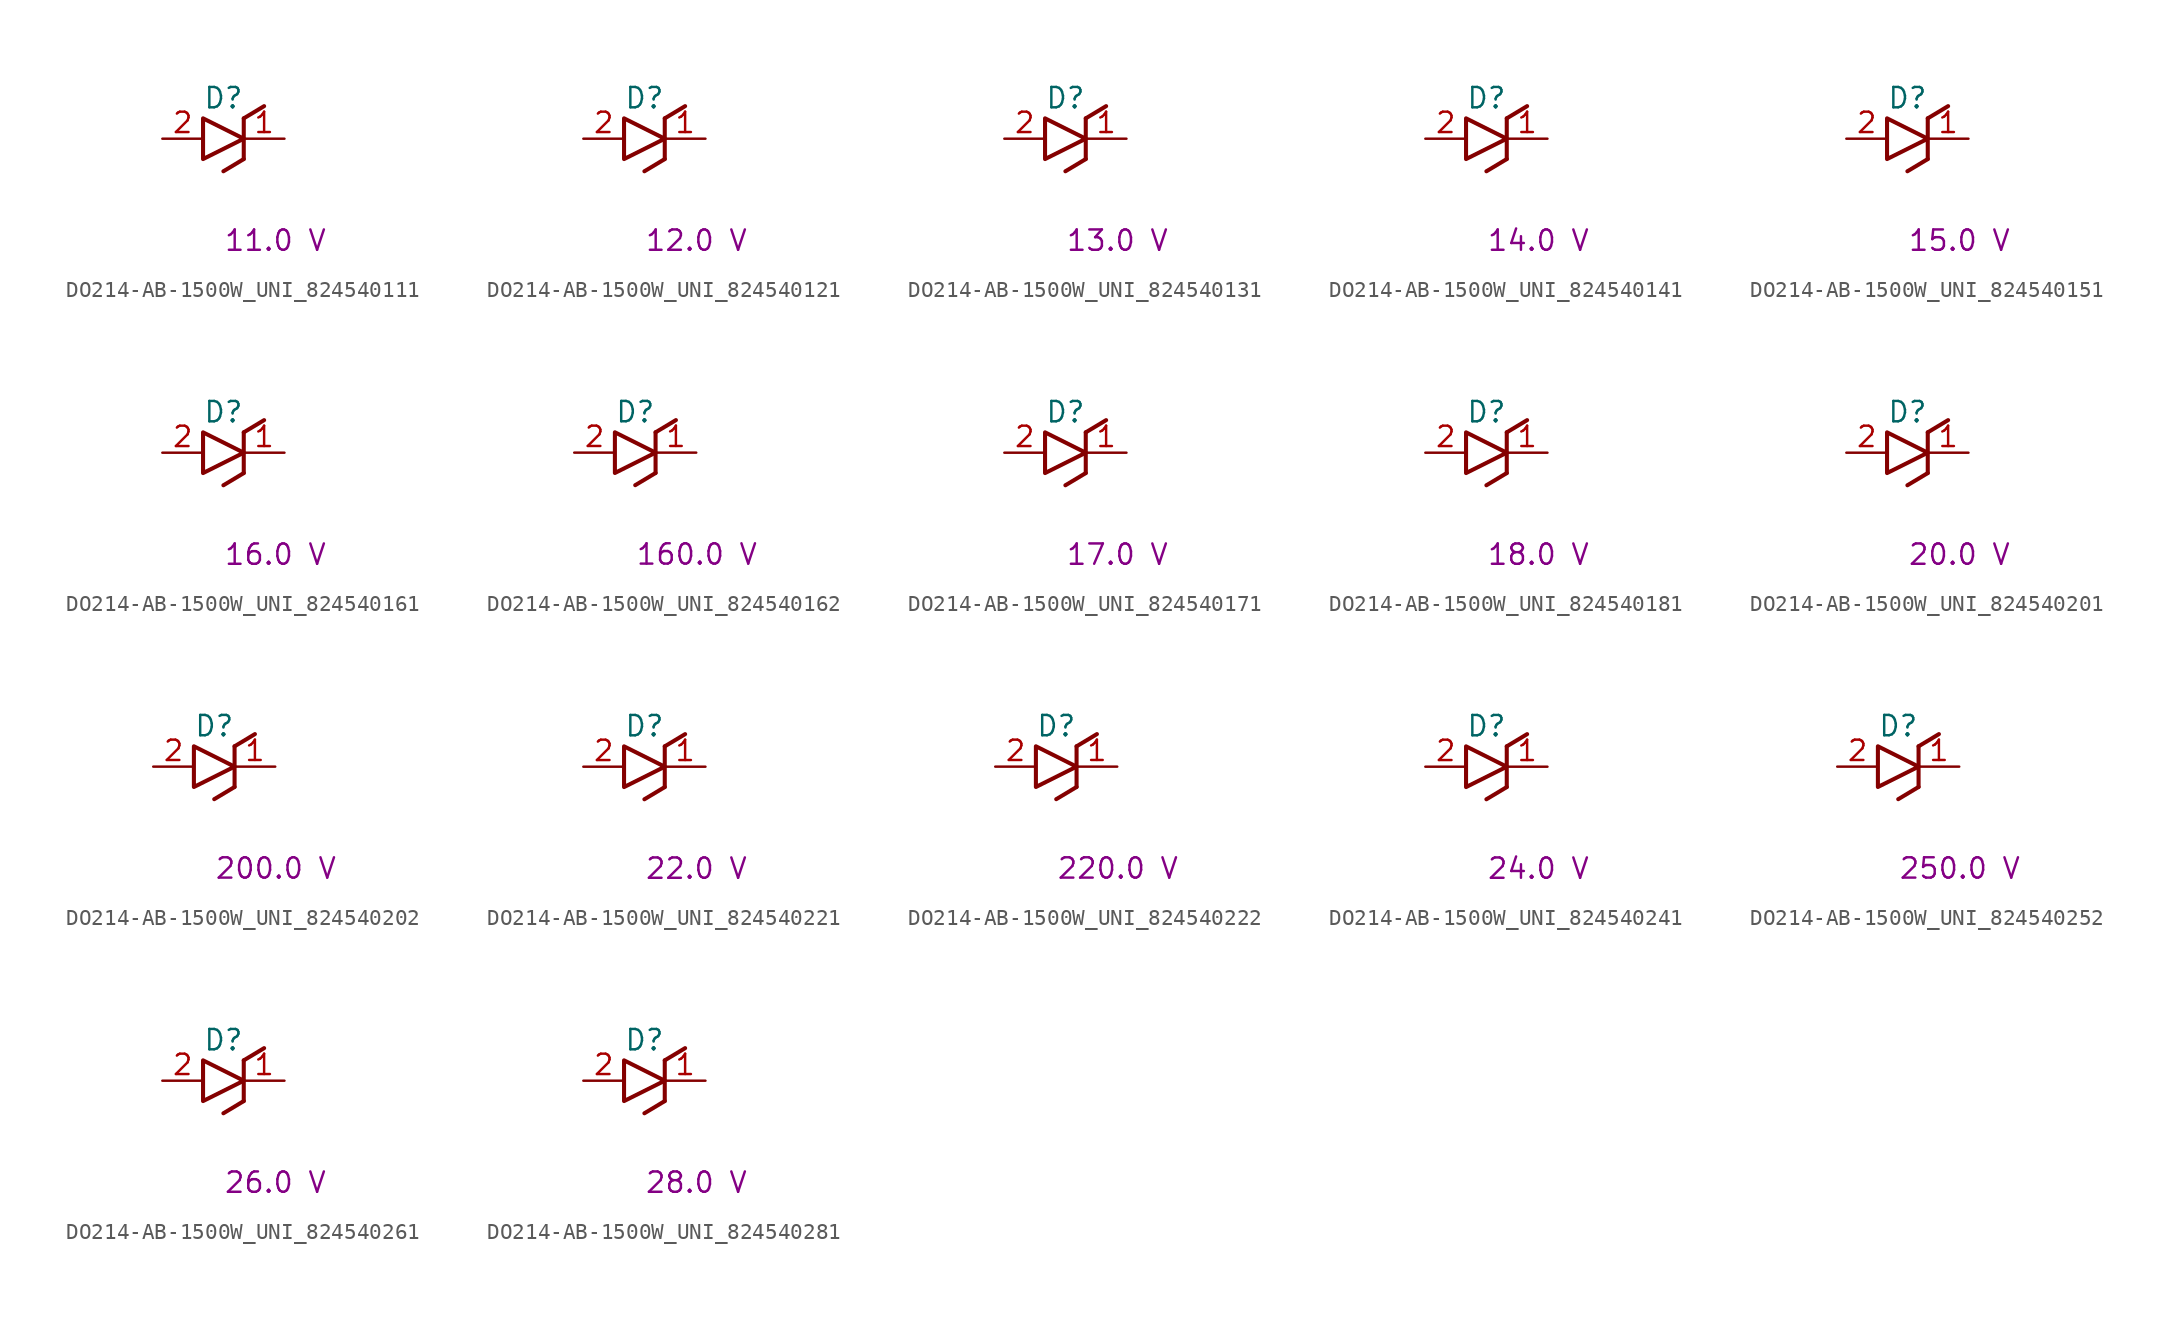
<source format=kicad_sym>
(kicad_symbol_lib
  (version 20220914)
  (generator kicad_symbol_editor)
  (symbol "DO214-AB-1500W_UNI_824540111"
    (pin_names hide)
    (property "Reference" "D"
      (at 0 2.54 0)
      (effects (font (size 1.27 1.27))))
    (property "Critical Parameter" "11.0 V"
      (at 0 -6.35 0)
      (effects (font (size 1.27 1.27)) (justify left)))
    (symbol "DO214-AB-1500W_UNI_824540111_1_1"
      (polyline (pts (xy 1.27 -1.27) (xy 0 -2.032)) (stroke (width 0.254) (type default)) (fill (type none)))
      (polyline (pts (xy 1.27 1.27) (xy 1.27 -1.27)) (stroke (width 0.254) (type default)) (fill (type none)))
      (polyline (pts (xy 1.27 1.27) (xy 2.54 2.032)) (stroke (width 0.254) (type default)) (fill (type none)))
      (polyline (pts (xy -1.27 1.27) (xy -1.27 -1.27) (xy 1.27 0) (xy -1.27 1.27)) (stroke (width 0.254) (type default)) (fill (type none)))
      (pin passive line (at -3.81 0 0) (length 2.54) (name "Anode" (effects (font (size 1.27 1.27)))) (number "2" (effects (font (size 1.27 1.27)))))
      (pin passive line (at 3.81 0 180) (length 2.54) (name "Cathode" (effects (font (size 1.27 1.27)))) (number "1" (effects (font (size 1.27 1.27)))))))
  (symbol "DO214-AB-1500W_UNI_824540121"
    (pin_names hide)
    (property "Reference" "D"
      (at 0 2.54 0)
      (effects (font (size 1.27 1.27))))
    (property "Critical Parameter" "12.0 V"
      (at 0 -6.35 0)
      (effects (font (size 1.27 1.27)) (justify left)))
    (symbol "DO214-AB-1500W_UNI_824540121_1_1"
      (polyline (pts (xy 1.27 -1.27) (xy 0 -2.032)) (stroke (width 0.254) (type default)) (fill (type none)))
      (polyline (pts (xy 1.27 1.27) (xy 1.27 -1.27)) (stroke (width 0.254) (type default)) (fill (type none)))
      (polyline (pts (xy 1.27 1.27) (xy 2.54 2.032)) (stroke (width 0.254) (type default)) (fill (type none)))
      (polyline (pts (xy -1.27 1.27) (xy -1.27 -1.27) (xy 1.27 0) (xy -1.27 1.27)) (stroke (width 0.254) (type default)) (fill (type none)))
      (pin passive line (at -3.81 0 0) (length 2.54) (name "Anode" (effects (font (size 1.27 1.27)))) (number "2" (effects (font (size 1.27 1.27)))))
      (pin passive line (at 3.81 0 180) (length 2.54) (name "Cathode" (effects (font (size 1.27 1.27)))) (number "1" (effects (font (size 1.27 1.27)))))))
  (symbol "DO214-AB-1500W_UNI_824540131"
    (pin_names hide)
    (property "Reference" "D"
      (at 0 2.54 0)
      (effects (font (size 1.27 1.27))))
    (property "Critical Parameter" "13.0 V"
      (at 0 -6.35 0)
      (effects (font (size 1.27 1.27)) (justify left)))
    (symbol "DO214-AB-1500W_UNI_824540131_1_1"
      (polyline (pts (xy 1.27 -1.27) (xy 0 -2.032)) (stroke (width 0.254) (type default)) (fill (type none)))
      (polyline (pts (xy 1.27 1.27) (xy 1.27 -1.27)) (stroke (width 0.254) (type default)) (fill (type none)))
      (polyline (pts (xy 1.27 1.27) (xy 2.54 2.032)) (stroke (width 0.254) (type default)) (fill (type none)))
      (polyline (pts (xy -1.27 1.27) (xy -1.27 -1.27) (xy 1.27 0) (xy -1.27 1.27)) (stroke (width 0.254) (type default)) (fill (type none)))
      (pin passive line (at -3.81 0 0) (length 2.54) (name "Anode" (effects (font (size 1.27 1.27)))) (number "2" (effects (font (size 1.27 1.27)))))
      (pin passive line (at 3.81 0 180) (length 2.54) (name "Cathode" (effects (font (size 1.27 1.27)))) (number "1" (effects (font (size 1.27 1.27)))))))
  (symbol "DO214-AB-1500W_UNI_824540141"
    (pin_names hide)
    (property "Reference" "D"
      (at 0 2.54 0)
      (effects (font (size 1.27 1.27))))
    (property "Critical Parameter" "14.0 V"
      (at 0 -6.35 0)
      (effects (font (size 1.27 1.27)) (justify left)))
    (symbol "DO214-AB-1500W_UNI_824540141_1_1"
      (polyline (pts (xy 1.27 -1.27) (xy 0 -2.032)) (stroke (width 0.254) (type default)) (fill (type none)))
      (polyline (pts (xy 1.27 1.27) (xy 1.27 -1.27)) (stroke (width 0.254) (type default)) (fill (type none)))
      (polyline (pts (xy 1.27 1.27) (xy 2.54 2.032)) (stroke (width 0.254) (type default)) (fill (type none)))
      (polyline (pts (xy -1.27 1.27) (xy -1.27 -1.27) (xy 1.27 0) (xy -1.27 1.27)) (stroke (width 0.254) (type default)) (fill (type none)))
      (pin passive line (at -3.81 0 0) (length 2.54) (name "Anode" (effects (font (size 1.27 1.27)))) (number "2" (effects (font (size 1.27 1.27)))))
      (pin passive line (at 3.81 0 180) (length 2.54) (name "Cathode" (effects (font (size 1.27 1.27)))) (number "1" (effects (font (size 1.27 1.27)))))))
  (symbol "DO214-AB-1500W_UNI_824540151"
    (pin_names hide)
    (property "Reference" "D"
      (at 0 2.54 0)
      (effects (font (size 1.27 1.27))))
    (property "Critical Parameter" "15.0 V"
      (at 0 -6.35 0)
      (effects (font (size 1.27 1.27)) (justify left)))
    (symbol "DO214-AB-1500W_UNI_824540151_1_1"
      (polyline (pts (xy 1.27 -1.27) (xy 0 -2.032)) (stroke (width 0.254) (type default)) (fill (type none)))
      (polyline (pts (xy 1.27 1.27) (xy 1.27 -1.27)) (stroke (width 0.254) (type default)) (fill (type none)))
      (polyline (pts (xy 1.27 1.27) (xy 2.54 2.032)) (stroke (width 0.254) (type default)) (fill (type none)))
      (polyline (pts (xy -1.27 1.27) (xy -1.27 -1.27) (xy 1.27 0) (xy -1.27 1.27)) (stroke (width 0.254) (type default)) (fill (type none)))
      (pin passive line (at -3.81 0 0) (length 2.54) (name "Anode" (effects (font (size 1.27 1.27)))) (number "2" (effects (font (size 1.27 1.27)))))
      (pin passive line (at 3.81 0 180) (length 2.54) (name "Cathode" (effects (font (size 1.27 1.27)))) (number "1" (effects (font (size 1.27 1.27)))))))
  (symbol "DO214-AB-1500W_UNI_824540161"
    (pin_names hide)
    (property "Reference" "D"
      (at 0 2.54 0)
      (effects (font (size 1.27 1.27))))
    (property "Critical Parameter" "16.0 V"
      (at 0 -6.35 0)
      (effects (font (size 1.27 1.27)) (justify left)))
    (symbol "DO214-AB-1500W_UNI_824540161_1_1"
      (polyline (pts (xy 1.27 -1.27) (xy 0 -2.032)) (stroke (width 0.254) (type default)) (fill (type none)))
      (polyline (pts (xy 1.27 1.27) (xy 1.27 -1.27)) (stroke (width 0.254) (type default)) (fill (type none)))
      (polyline (pts (xy 1.27 1.27) (xy 2.54 2.032)) (stroke (width 0.254) (type default)) (fill (type none)))
      (polyline (pts (xy -1.27 1.27) (xy -1.27 -1.27) (xy 1.27 0) (xy -1.27 1.27)) (stroke (width 0.254) (type default)) (fill (type none)))
      (pin passive line (at -3.81 0 0) (length 2.54) (name "Anode" (effects (font (size 1.27 1.27)))) (number "2" (effects (font (size 1.27 1.27)))))
      (pin passive line (at 3.81 0 180) (length 2.54) (name "Cathode" (effects (font (size 1.27 1.27)))) (number "1" (effects (font (size 1.27 1.27)))))))
  (symbol "DO214-AB-1500W_UNI_824540162"
    (pin_names hide)
    (property "Reference" "D"
      (at 0 2.54 0)
      (effects (font (size 1.27 1.27))))
    (property "Critical Parameter" "160.0 V"
      (at 0 -6.35 0)
      (effects (font (size 1.27 1.27)) (justify left)))
    (symbol "DO214-AB-1500W_UNI_824540162_1_1"
      (polyline (pts (xy 1.27 -1.27) (xy 0 -2.032)) (stroke (width 0.254) (type default)) (fill (type none)))
      (polyline (pts (xy 1.27 1.27) (xy 1.27 -1.27)) (stroke (width 0.254) (type default)) (fill (type none)))
      (polyline (pts (xy 1.27 1.27) (xy 2.54 2.032)) (stroke (width 0.254) (type default)) (fill (type none)))
      (polyline (pts (xy -1.27 1.27) (xy -1.27 -1.27) (xy 1.27 0) (xy -1.27 1.27)) (stroke (width 0.254) (type default)) (fill (type none)))
      (pin passive line (at -3.81 0 0) (length 2.54) (name "Anode" (effects (font (size 1.27 1.27)))) (number "2" (effects (font (size 1.27 1.27)))))
      (pin passive line (at 3.81 0 180) (length 2.54) (name "Cathode" (effects (font (size 1.27 1.27)))) (number "1" (effects (font (size 1.27 1.27)))))))
  (symbol "DO214-AB-1500W_UNI_824540171"
    (pin_names hide)
    (property "Reference" "D"
      (at 0 2.54 0)
      (effects (font (size 1.27 1.27))))
    (property "Critical Parameter" "17.0 V"
      (at 0 -6.35 0)
      (effects (font (size 1.27 1.27)) (justify left)))
    (symbol "DO214-AB-1500W_UNI_824540171_1_1"
      (polyline (pts (xy 1.27 -1.27) (xy 0 -2.032)) (stroke (width 0.254) (type default)) (fill (type none)))
      (polyline (pts (xy 1.27 1.27) (xy 1.27 -1.27)) (stroke (width 0.254) (type default)) (fill (type none)))
      (polyline (pts (xy 1.27 1.27) (xy 2.54 2.032)) (stroke (width 0.254) (type default)) (fill (type none)))
      (polyline (pts (xy -1.27 1.27) (xy -1.27 -1.27) (xy 1.27 0) (xy -1.27 1.27)) (stroke (width 0.254) (type default)) (fill (type none)))
      (pin passive line (at -3.81 0 0) (length 2.54) (name "Anode" (effects (font (size 1.27 1.27)))) (number "2" (effects (font (size 1.27 1.27)))))
      (pin passive line (at 3.81 0 180) (length 2.54) (name "Cathode" (effects (font (size 1.27 1.27)))) (number "1" (effects (font (size 1.27 1.27)))))))
  (symbol "DO214-AB-1500W_UNI_824540181"
    (pin_names hide)
    (property "Reference" "D"
      (at 0 2.54 0)
      (effects (font (size 1.27 1.27))))
    (property "Critical Parameter" "18.0 V"
      (at 0 -6.35 0)
      (effects (font (size 1.27 1.27)) (justify left)))
    (symbol "DO214-AB-1500W_UNI_824540181_1_1"
      (polyline (pts (xy 1.27 -1.27) (xy 0 -2.032)) (stroke (width 0.254) (type default)) (fill (type none)))
      (polyline (pts (xy 1.27 1.27) (xy 1.27 -1.27)) (stroke (width 0.254) (type default)) (fill (type none)))
      (polyline (pts (xy 1.27 1.27) (xy 2.54 2.032)) (stroke (width 0.254) (type default)) (fill (type none)))
      (polyline (pts (xy -1.27 1.27) (xy -1.27 -1.27) (xy 1.27 0) (xy -1.27 1.27)) (stroke (width 0.254) (type default)) (fill (type none)))
      (pin passive line (at -3.81 0 0) (length 2.54) (name "Anode" (effects (font (size 1.27 1.27)))) (number "2" (effects (font (size 1.27 1.27)))))
      (pin passive line (at 3.81 0 180) (length 2.54) (name "Cathode" (effects (font (size 1.27 1.27)))) (number "1" (effects (font (size 1.27 1.27)))))))
  (symbol "DO214-AB-1500W_UNI_824540201"
    (pin_names hide)
    (property "Reference" "D"
      (at 0 2.54 0)
      (effects (font (size 1.27 1.27))))
    (property "Critical Parameter" "20.0 V"
      (at 0 -6.35 0)
      (effects (font (size 1.27 1.27)) (justify left)))
    (symbol "DO214-AB-1500W_UNI_824540201_1_1"
      (polyline (pts (xy 1.27 -1.27) (xy 0 -2.032)) (stroke (width 0.254) (type default)) (fill (type none)))
      (polyline (pts (xy 1.27 1.27) (xy 1.27 -1.27)) (stroke (width 0.254) (type default)) (fill (type none)))
      (polyline (pts (xy 1.27 1.27) (xy 2.54 2.032)) (stroke (width 0.254) (type default)) (fill (type none)))
      (polyline (pts (xy -1.27 1.27) (xy -1.27 -1.27) (xy 1.27 0) (xy -1.27 1.27)) (stroke (width 0.254) (type default)) (fill (type none)))
      (pin passive line (at -3.81 0 0) (length 2.54) (name "Anode" (effects (font (size 1.27 1.27)))) (number "2" (effects (font (size 1.27 1.27)))))
      (pin passive line (at 3.81 0 180) (length 2.54) (name "Cathode" (effects (font (size 1.27 1.27)))) (number "1" (effects (font (size 1.27 1.27)))))))
  (symbol "DO214-AB-1500W_UNI_824540202"
    (pin_names hide)
    (property "Reference" "D"
      (at 0 2.54 0)
      (effects (font (size 1.27 1.27))))
    (property "Critical Parameter" "200.0 V"
      (at 0 -6.35 0)
      (effects (font (size 1.27 1.27)) (justify left)))
    (symbol "DO214-AB-1500W_UNI_824540202_1_1"
      (polyline (pts (xy 1.27 -1.27) (xy 0 -2.032)) (stroke (width 0.254) (type default)) (fill (type none)))
      (polyline (pts (xy 1.27 1.27) (xy 1.27 -1.27)) (stroke (width 0.254) (type default)) (fill (type none)))
      (polyline (pts (xy 1.27 1.27) (xy 2.54 2.032)) (stroke (width 0.254) (type default)) (fill (type none)))
      (polyline (pts (xy -1.27 1.27) (xy -1.27 -1.27) (xy 1.27 0) (xy -1.27 1.27)) (stroke (width 0.254) (type default)) (fill (type none)))
      (pin passive line (at -3.81 0 0) (length 2.54) (name "Anode" (effects (font (size 1.27 1.27)))) (number "2" (effects (font (size 1.27 1.27)))))
      (pin passive line (at 3.81 0 180) (length 2.54) (name "Cathode" (effects (font (size 1.27 1.27)))) (number "1" (effects (font (size 1.27 1.27)))))))
  (symbol "DO214-AB-1500W_UNI_824540221"
    (pin_names hide)
    (property "Reference" "D"
      (at 0 2.54 0)
      (effects (font (size 1.27 1.27))))
    (property "Critical Parameter" "22.0 V"
      (at 0 -6.35 0)
      (effects (font (size 1.27 1.27)) (justify left)))
    (symbol "DO214-AB-1500W_UNI_824540221_1_1"
      (polyline (pts (xy 1.27 -1.27) (xy 0 -2.032)) (stroke (width 0.254) (type default)) (fill (type none)))
      (polyline (pts (xy 1.27 1.27) (xy 1.27 -1.27)) (stroke (width 0.254) (type default)) (fill (type none)))
      (polyline (pts (xy 1.27 1.27) (xy 2.54 2.032)) (stroke (width 0.254) (type default)) (fill (type none)))
      (polyline (pts (xy -1.27 1.27) (xy -1.27 -1.27) (xy 1.27 0) (xy -1.27 1.27)) (stroke (width 0.254) (type default)) (fill (type none)))
      (pin passive line (at -3.81 0 0) (length 2.54) (name "Anode" (effects (font (size 1.27 1.27)))) (number "2" (effects (font (size 1.27 1.27)))))
      (pin passive line (at 3.81 0 180) (length 2.54) (name "Cathode" (effects (font (size 1.27 1.27)))) (number "1" (effects (font (size 1.27 1.27)))))))
  (symbol "DO214-AB-1500W_UNI_824540222"
    (pin_names hide)
    (property "Reference" "D"
      (at 0 2.54 0)
      (effects (font (size 1.27 1.27))))
    (property "Critical Parameter" "220.0 V"
      (at 0 -6.35 0)
      (effects (font (size 1.27 1.27)) (justify left)))
    (symbol "DO214-AB-1500W_UNI_824540222_1_1"
      (polyline (pts (xy 1.27 -1.27) (xy 0 -2.032)) (stroke (width 0.254) (type default)) (fill (type none)))
      (polyline (pts (xy 1.27 1.27) (xy 1.27 -1.27)) (stroke (width 0.254) (type default)) (fill (type none)))
      (polyline (pts (xy 1.27 1.27) (xy 2.54 2.032)) (stroke (width 0.254) (type default)) (fill (type none)))
      (polyline (pts (xy -1.27 1.27) (xy -1.27 -1.27) (xy 1.27 0) (xy -1.27 1.27)) (stroke (width 0.254) (type default)) (fill (type none)))
      (pin passive line (at -3.81 0 0) (length 2.54) (name "Anode" (effects (font (size 1.27 1.27)))) (number "2" (effects (font (size 1.27 1.27)))))
      (pin passive line (at 3.81 0 180) (length 2.54) (name "Cathode" (effects (font (size 1.27 1.27)))) (number "1" (effects (font (size 1.27 1.27)))))))
  (symbol "DO214-AB-1500W_UNI_824540241"
    (pin_names hide)
    (property "Reference" "D"
      (at 0 2.54 0)
      (effects (font (size 1.27 1.27))))
    (property "Critical Parameter" "24.0 V"
      (at 0 -6.35 0)
      (effects (font (size 1.27 1.27)) (justify left)))
    (symbol "DO214-AB-1500W_UNI_824540241_1_1"
      (polyline (pts (xy 1.27 -1.27) (xy 0 -2.032)) (stroke (width 0.254) (type default)) (fill (type none)))
      (polyline (pts (xy 1.27 1.27) (xy 1.27 -1.27)) (stroke (width 0.254) (type default)) (fill (type none)))
      (polyline (pts (xy 1.27 1.27) (xy 2.54 2.032)) (stroke (width 0.254) (type default)) (fill (type none)))
      (polyline (pts (xy -1.27 1.27) (xy -1.27 -1.27) (xy 1.27 0) (xy -1.27 1.27)) (stroke (width 0.254) (type default)) (fill (type none)))
      (pin passive line (at -3.81 0 0) (length 2.54) (name "Anode" (effects (font (size 1.27 1.27)))) (number "2" (effects (font (size 1.27 1.27)))))
      (pin passive line (at 3.81 0 180) (length 2.54) (name "Cathode" (effects (font (size 1.27 1.27)))) (number "1" (effects (font (size 1.27 1.27)))))))
  (symbol "DO214-AB-1500W_UNI_824540252"
    (pin_names hide)
    (property "Reference" "D"
      (at 0 2.54 0)
      (effects (font (size 1.27 1.27))))
    (property "Critical Parameter" "250.0 V"
      (at 0 -6.35 0)
      (effects (font (size 1.27 1.27)) (justify left)))
    (symbol "DO214-AB-1500W_UNI_824540252_1_1"
      (polyline (pts (xy 1.27 -1.27) (xy 0 -2.032)) (stroke (width 0.254) (type default)) (fill (type none)))
      (polyline (pts (xy 1.27 1.27) (xy 1.27 -1.27)) (stroke (width 0.254) (type default)) (fill (type none)))
      (polyline (pts (xy 1.27 1.27) (xy 2.54 2.032)) (stroke (width 0.254) (type default)) (fill (type none)))
      (polyline (pts (xy -1.27 1.27) (xy -1.27 -1.27) (xy 1.27 0) (xy -1.27 1.27)) (stroke (width 0.254) (type default)) (fill (type none)))
      (pin passive line (at -3.81 0 0) (length 2.54) (name "Anode" (effects (font (size 1.27 1.27)))) (number "2" (effects (font (size 1.27 1.27)))))
      (pin passive line (at 3.81 0 180) (length 2.54) (name "Cathode" (effects (font (size 1.27 1.27)))) (number "1" (effects (font (size 1.27 1.27)))))))
  (symbol "DO214-AB-1500W_UNI_824540261"
    (pin_names hide)
    (property "Reference" "D"
      (at 0 2.54 0)
      (effects (font (size 1.27 1.27))))
    (property "Critical Parameter" "26.0 V"
      (at 0 -6.35 0)
      (effects (font (size 1.27 1.27)) (justify left)))
    (symbol "DO214-AB-1500W_UNI_824540261_1_1"
      (polyline (pts (xy 1.27 -1.27) (xy 0 -2.032)) (stroke (width 0.254) (type default)) (fill (type none)))
      (polyline (pts (xy 1.27 1.27) (xy 1.27 -1.27)) (stroke (width 0.254) (type default)) (fill (type none)))
      (polyline (pts (xy 1.27 1.27) (xy 2.54 2.032)) (stroke (width 0.254) (type default)) (fill (type none)))
      (polyline (pts (xy -1.27 1.27) (xy -1.27 -1.27) (xy 1.27 0) (xy -1.27 1.27)) (stroke (width 0.254) (type default)) (fill (type none)))
      (pin passive line (at -3.81 0 0) (length 2.54) (name "Anode" (effects (font (size 1.27 1.27)))) (number "2" (effects (font (size 1.27 1.27)))))
      (pin passive line (at 3.81 0 180) (length 2.54) (name "Cathode" (effects (font (size 1.27 1.27)))) (number "1" (effects (font (size 1.27 1.27)))))))
  (symbol "DO214-AB-1500W_UNI_824540281"
    (pin_names hide)
    (property "Reference" "D"
      (at 0 2.54 0)
      (effects (font (size 1.27 1.27))))
    (property "Critical Parameter" "28.0 V"
      (at 0 -6.35 0)
      (effects (font (size 1.27 1.27)) (justify left)))
    (symbol "DO214-AB-1500W_UNI_824540281_1_1"
      (polyline (pts (xy 1.27 -1.27) (xy 0 -2.032)) (stroke (width 0.254) (type default)) (fill (type none)))
      (polyline (pts (xy 1.27 1.27) (xy 1.27 -1.27)) (stroke (width 0.254) (type default)) (fill (type none)))
      (polyline (pts (xy 1.27 1.27) (xy 2.54 2.032)) (stroke (width 0.254) (type default)) (fill (type none)))
      (polyline (pts (xy -1.27 1.27) (xy -1.27 -1.27) (xy 1.27 0) (xy -1.27 1.27)) (stroke (width 0.254) (type default)) (fill (type none)))
      (pin passive line (at -3.81 0 0) (length 2.54) (name "Anode" (effects (font (size 1.27 1.27)))) (number "2" (effects (font (size 1.27 1.27)))))
      (pin passive line (at 3.81 0 180) (length 2.54) (name "Cathode" (effects (font (size 1.27 1.27)))) (number "1" (effects (font (size 1.27 1.27))))))))
</source>
